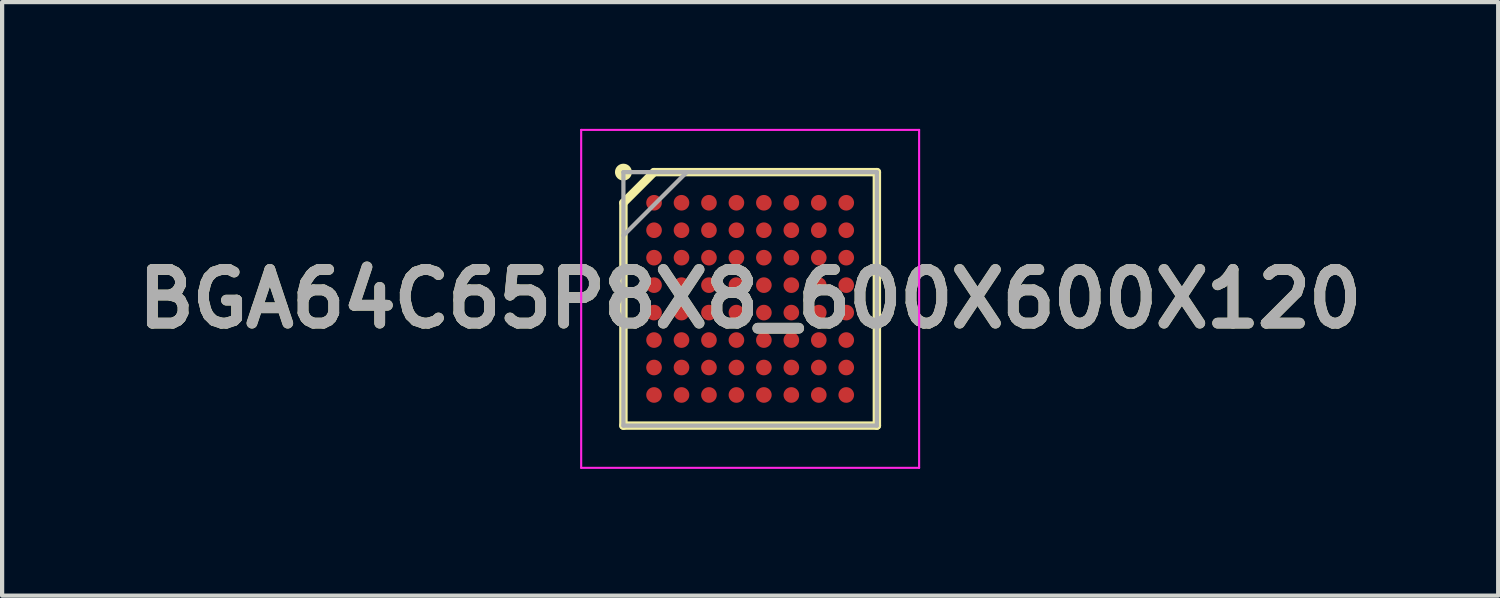
<source format=kicad_pcb>
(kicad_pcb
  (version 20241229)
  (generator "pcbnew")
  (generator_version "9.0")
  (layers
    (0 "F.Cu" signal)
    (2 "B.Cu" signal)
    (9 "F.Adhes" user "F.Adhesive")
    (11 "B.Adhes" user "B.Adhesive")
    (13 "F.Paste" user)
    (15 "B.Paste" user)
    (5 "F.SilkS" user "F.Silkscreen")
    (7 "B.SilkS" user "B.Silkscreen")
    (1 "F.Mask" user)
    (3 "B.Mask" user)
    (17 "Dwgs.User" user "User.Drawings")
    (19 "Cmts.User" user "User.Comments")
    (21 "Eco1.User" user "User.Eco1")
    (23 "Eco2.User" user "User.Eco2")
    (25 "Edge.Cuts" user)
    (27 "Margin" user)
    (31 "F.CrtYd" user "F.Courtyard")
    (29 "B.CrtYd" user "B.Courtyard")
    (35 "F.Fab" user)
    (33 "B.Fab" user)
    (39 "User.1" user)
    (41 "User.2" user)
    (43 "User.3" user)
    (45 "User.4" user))
  (footprint "BGA64C65P8X8_600X600X120"
    (layer "F.Cu")
    (at 14.708 4.025)
    (property "Reference" "BGA64C65P8X8_600X600X120" (at 0 0 0) (layer "F.SilkS") (effects (font (size 1.27 1.27) (thickness 0.254))))
    (attr smd)
    (fp_line (start -3 -2.275) (end -2.275 -3) (stroke (width 0.2) (type solid)) (layer "F.SilkS"))
    (fp_line (start -3 3) (end -3 -2.275) (stroke (width 0.2) (type solid)) (layer "F.SilkS"))
    (fp_line (start -2.275 -3) (end 3 -3) (stroke (width 0.2) (type solid)) (layer "F.SilkS"))
    (fp_line (start 3 -3) (end 3 3) (stroke (width 0.2) (type solid)) (layer "F.SilkS"))
    (fp_line (start 3 3) (end -3 3) (stroke (width 0.2) (type solid)) (layer "F.SilkS"))
    (fp_circle (center -3 -3) (end -3 -2.9) (stroke (width 0.2) (type solid)) (fill no) (layer "F.SilkS"))
    (fp_line (start -4 -4) (end 4 -4) (stroke (width 0.05) (type solid)) (layer "F.CrtYd"))
    (fp_line (start -4 4) (end -4 -4) (stroke (width 0.05) (type solid)) (layer "F.CrtYd"))
    (fp_line (start 4 -4) (end 4 4) (stroke (width 0.05) (type solid)) (layer "F.CrtYd"))
    (fp_line (start 4 4) (end -4 4) (stroke (width 0.05) (type solid)) (layer "F.CrtYd"))
    (fp_line (start -3 -3) (end 3 -3) (stroke (width 0.1) (type solid)) (layer "F.Fab"))
    (fp_line (start -3 -1.5) (end -1.5 -3) (stroke (width 0.1) (type solid)) (layer "F.Fab"))
    (fp_line (start -3 3) (end -3 -3) (stroke (width 0.1) (type solid)) (layer "F.Fab"))
    (fp_line (start 3 -3) (end 3 3) (stroke (width 0.1) (type solid)) (layer "F.Fab"))
    (fp_line (start 3 3) (end -3 3) (stroke (width 0.1) (type solid)) (layer "F.Fab"))
    (fp_text user "${REFERENCE}" (at 0 0 0) (layer "F.Fab") (effects (font (size 1.27 1.27) (thickness 0.254))))
    (pad "A1" smd circle (at -2.275 -2.275 90) (size 0.37 0.37) (layers "F.Cu" "F.Mask" "F.Paste"))
    (pad "A2" smd circle (at -1.625 -2.275 90) (size 0.37 0.37) (layers "F.Cu" "F.Mask" "F.Paste"))
    (pad "A3" smd circle (at -0.975 -2.275 90) (size 0.37 0.37) (layers "F.Cu" "F.Mask" "F.Paste"))
    (pad "A4" smd circle (at -0.325 -2.275 90) (size 0.37 0.37) (layers "F.Cu" "F.Mask" "F.Paste"))
    (pad "A5" smd circle (at 0.325 -2.275 90) (size 0.37 0.37) (layers "F.Cu" "F.Mask" "F.Paste"))
    (pad "A6" smd circle (at 0.975 -2.275 90) (size 0.37 0.37) (layers "F.Cu" "F.Mask" "F.Paste"))
    (pad "A7" smd circle (at 1.625 -2.275 90) (size 0.37 0.37) (layers "F.Cu" "F.Mask" "F.Paste"))
    (pad "A8" smd circle (at 2.275 -2.275 90) (size 0.37 0.37) (layers "F.Cu" "F.Mask" "F.Paste"))
    (pad "B1" smd circle (at -2.275 -1.625 90) (size 0.37 0.37) (layers "F.Cu" "F.Mask" "F.Paste"))
    (pad "B2" smd circle (at -1.625 -1.625 90) (size 0.37 0.37) (layers "F.Cu" "F.Mask" "F.Paste"))
    (pad "B3" smd circle (at -0.975 -1.625 90) (size 0.37 0.37) (layers "F.Cu" "F.Mask" "F.Paste"))
    (pad "B4" smd circle (at -0.325 -1.625 90) (size 0.37 0.37) (layers "F.Cu" "F.Mask" "F.Paste"))
    (pad "B5" smd circle (at 0.325 -1.625 90) (size 0.37 0.37) (layers "F.Cu" "F.Mask" "F.Paste"))
    (pad "B6" smd circle (at 0.975 -1.625 90) (size 0.37 0.37) (layers "F.Cu" "F.Mask" "F.Paste"))
    (pad "B7" smd circle (at 1.625 -1.625 90) (size 0.37 0.37) (layers "F.Cu" "F.Mask" "F.Paste"))
    (pad "B8" smd circle (at 2.275 -1.625 90) (size 0.37 0.37) (layers "F.Cu" "F.Mask" "F.Paste"))
    (pad "C1" smd circle (at -2.275 -0.975 90) (size 0.37 0.37) (layers "F.Cu" "F.Mask" "F.Paste"))
    (pad "C2" smd circle (at -1.625 -0.975 90) (size 0.37 0.37) (layers "F.Cu" "F.Mask" "F.Paste"))
    (pad "C3" smd circle (at -0.975 -0.975 90) (size 0.37 0.37) (layers "F.Cu" "F.Mask" "F.Paste"))
    (pad "C4" smd circle (at -0.325 -0.975 90) (size 0.37 0.37) (layers "F.Cu" "F.Mask" "F.Paste"))
    (pad "C5" smd circle (at 0.325 -0.975 90) (size 0.37 0.37) (layers "F.Cu" "F.Mask" "F.Paste"))
    (pad "C6" smd circle (at 0.975 -0.975 90) (size 0.37 0.37) (layers "F.Cu" "F.Mask" "F.Paste"))
    (pad "C7" smd circle (at 1.625 -0.975 90) (size 0.37 0.37) (layers "F.Cu" "F.Mask" "F.Paste"))
    (pad "C8" smd circle (at 2.275 -0.975 90) (size 0.37 0.37) (layers "F.Cu" "F.Mask" "F.Paste"))
    (pad "D1" smd circle (at -2.275 -0.325 90) (size 0.37 0.37) (layers "F.Cu" "F.Mask" "F.Paste"))
    (pad "D2" smd circle (at -1.625 -0.325 90) (size 0.37 0.37) (layers "F.Cu" "F.Mask" "F.Paste"))
    (pad "D3" smd circle (at -0.975 -0.325 90) (size 0.37 0.37) (layers "F.Cu" "F.Mask" "F.Paste"))
    (pad "D4" smd circle (at -0.325 -0.325 90) (size 0.37 0.37) (layers "F.Cu" "F.Mask" "F.Paste"))
    (pad "D5" smd circle (at 0.325 -0.325 90) (size 0.37 0.37) (layers "F.Cu" "F.Mask" "F.Paste"))
    (pad "D6" smd circle (at 0.975 -0.325 90) (size 0.37 0.37) (layers "F.Cu" "F.Mask" "F.Paste"))
    (pad "D7" smd circle (at 1.625 -0.325 90) (size 0.37 0.37) (layers "F.Cu" "F.Mask" "F.Paste"))
    (pad "D8" smd circle (at 2.275 -0.325 90) (size 0.37 0.37) (layers "F.Cu" "F.Mask" "F.Paste"))
    (pad "E1" smd circle (at -2.275 0.325 90) (size 0.37 0.37) (layers "F.Cu" "F.Mask" "F.Paste"))
    (pad "E2" smd circle (at -1.625 0.325 90) (size 0.37 0.37) (layers "F.Cu" "F.Mask" "F.Paste"))
    (pad "E3" smd circle (at -0.975 0.325 90) (size 0.37 0.37) (layers "F.Cu" "F.Mask" "F.Paste"))
    (pad "E4" smd circle (at -0.325 0.325 90) (size 0.37 0.37) (layers "F.Cu" "F.Mask" "F.Paste"))
    (pad "E5" smd circle (at 0.325 0.325 90) (size 0.37 0.37) (layers "F.Cu" "F.Mask" "F.Paste"))
    (pad "E6" smd circle (at 0.975 0.325 90) (size 0.37 0.37) (layers "F.Cu" "F.Mask" "F.Paste"))
    (pad "E7" smd circle (at 1.625 0.325 90) (size 0.37 0.37) (layers "F.Cu" "F.Mask" "F.Paste"))
    (pad "E8" smd circle (at 2.275 0.325 90) (size 0.37 0.37) (layers "F.Cu" "F.Mask" "F.Paste"))
    (pad "F1" smd circle (at -2.275 0.975 90) (size 0.37 0.37) (layers "F.Cu" "F.Mask" "F.Paste"))
    (pad "F2" smd circle (at -1.625 0.975 90) (size 0.37 0.37) (layers "F.Cu" "F.Mask" "F.Paste"))
    (pad "F3" smd circle (at -0.975 0.975 90) (size 0.37 0.37) (layers "F.Cu" "F.Mask" "F.Paste"))
    (pad "F4" smd circle (at -0.325 0.975 90) (size 0.37 0.37) (layers "F.Cu" "F.Mask" "F.Paste"))
    (pad "F5" smd circle (at 0.325 0.975 90) (size 0.37 0.37) (layers "F.Cu" "F.Mask" "F.Paste"))
    (pad "F6" smd circle (at 0.975 0.975 90) (size 0.37 0.37) (layers "F.Cu" "F.Mask" "F.Paste"))
    (pad "F7" smd circle (at 1.625 0.975 90) (size 0.37 0.37) (layers "F.Cu" "F.Mask" "F.Paste"))
    (pad "F8" smd circle (at 2.275 0.975 90) (size 0.37 0.37) (layers "F.Cu" "F.Mask" "F.Paste"))
    (pad "G1" smd circle (at -2.275 1.625 90) (size 0.37 0.37) (layers "F.Cu" "F.Mask" "F.Paste"))
    (pad "G2" smd circle (at -1.625 1.625 90) (size 0.37 0.37) (layers "F.Cu" "F.Mask" "F.Paste"))
    (pad "G3" smd circle (at -0.975 1.625 90) (size 0.37 0.37) (layers "F.Cu" "F.Mask" "F.Paste"))
    (pad "G4" smd circle (at -0.325 1.625 90) (size 0.37 0.37) (layers "F.Cu" "F.Mask" "F.Paste"))
    (pad "G5" smd circle (at 0.325 1.625 90) (size 0.37 0.37) (layers "F.Cu" "F.Mask" "F.Paste"))
    (pad "G6" smd circle (at 0.975 1.625 90) (size 0.37 0.37) (layers "F.Cu" "F.Mask" "F.Paste"))
    (pad "G7" smd circle (at 1.625 1.625 90) (size 0.37 0.37) (layers "F.Cu" "F.Mask" "F.Paste"))
    (pad "G8" smd circle (at 2.275 1.625 90) (size 0.37 0.37) (layers "F.Cu" "F.Mask" "F.Paste"))
    (pad "H1" smd circle (at -2.275 2.275 90) (size 0.37 0.37) (layers "F.Cu" "F.Mask" "F.Paste"))
    (pad "H2" smd circle (at -1.625 2.275 90) (size 0.37 0.37) (layers "F.Cu" "F.Mask" "F.Paste"))
    (pad "H3" smd circle (at -0.975 2.275 90) (size 0.37 0.37) (layers "F.Cu" "F.Mask" "F.Paste"))
    (pad "H4" smd circle (at -0.325 2.275 90) (size 0.37 0.37) (layers "F.Cu" "F.Mask" "F.Paste"))
    (pad "H5" smd circle (at 0.325 2.275 90) (size 0.37 0.37) (layers "F.Cu" "F.Mask" "F.Paste"))
    (pad "H6" smd circle (at 0.975 2.275 90) (size 0.37 0.37) (layers "F.Cu" "F.Mask" "F.Paste"))
    (pad "H7" smd circle (at 1.625 2.275 90) (size 0.37 0.37) (layers "F.Cu" "F.Mask" "F.Paste"))
    (pad "H8" smd circle (at 2.275 2.275 90) (size 0.37 0.37) (layers "F.Cu" "F.Mask" "F.Paste")))
  (gr_rect
    (start -3 -3)
    (end 32.416 11.05)
    (stroke (width 0.1) (type default))
    (fill no)
    (layer "Edge.Cuts")))
</source>
